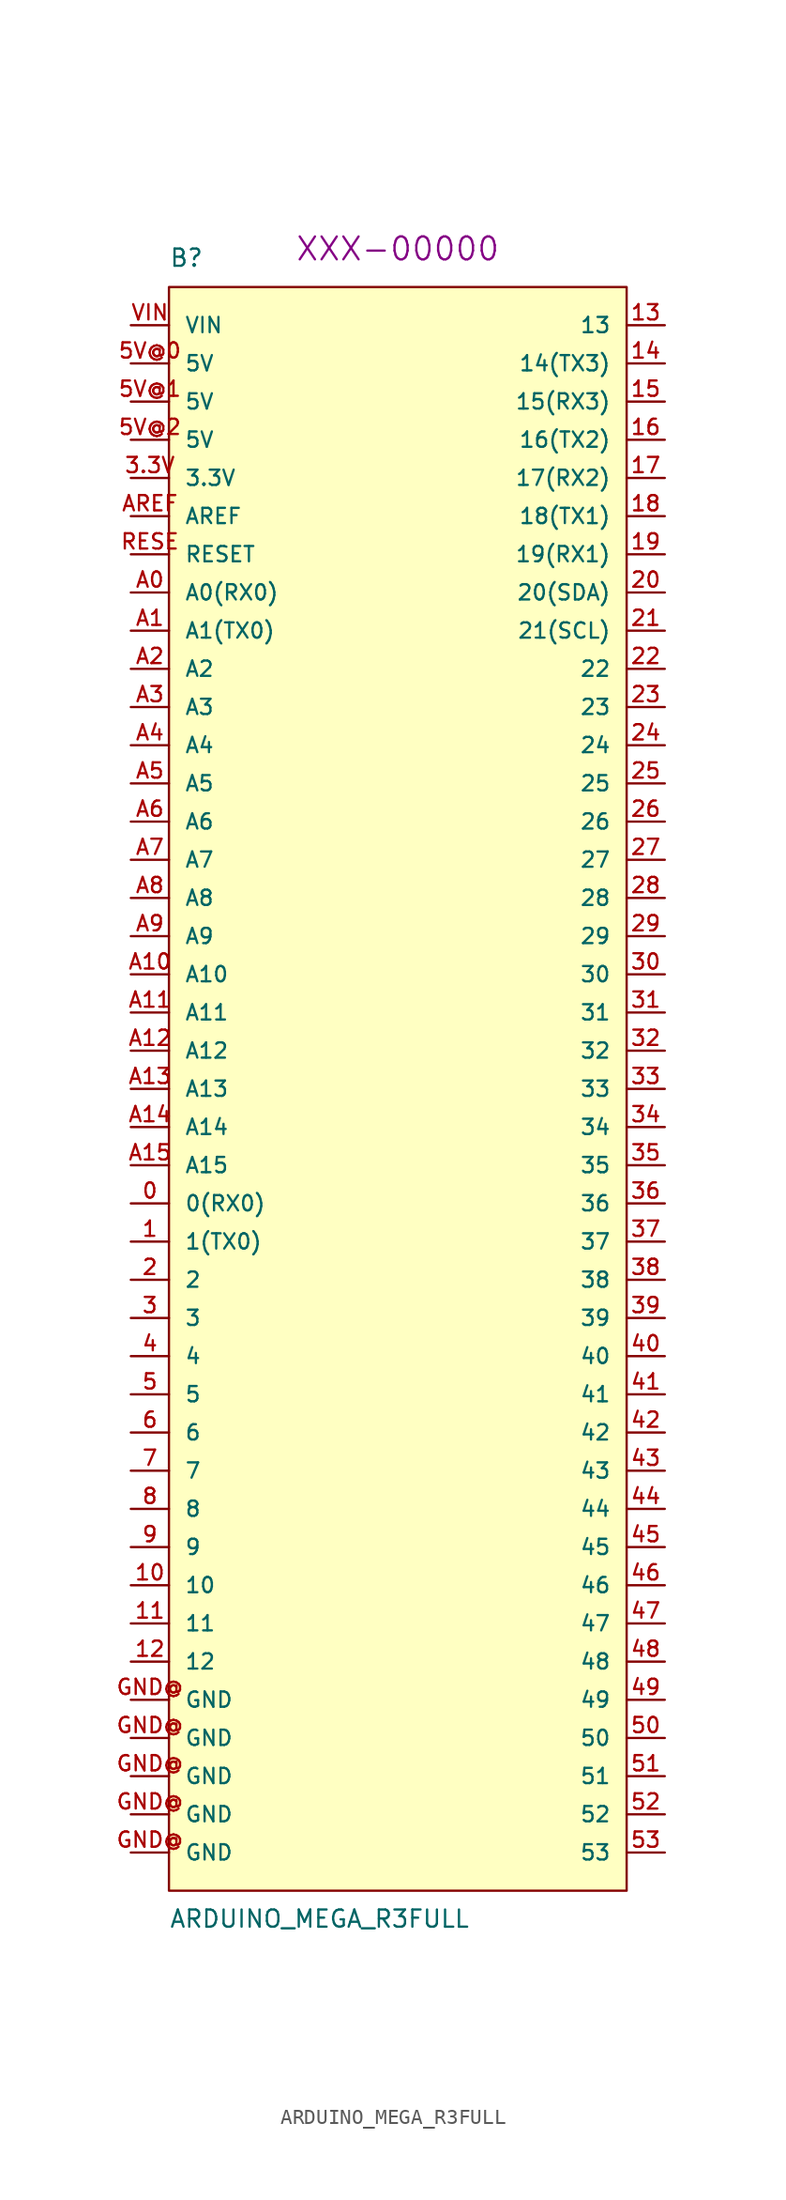
<source format=kicad_sym>
(kicad_symbol_lib
  (version 20220914)
  (generator kicad_symbol_editor)
  (symbol "ARDUINO_MEGA_R3FULL"
    (pin_names
      (offset 1.016))
    (property "Reference" "B"
      (at -15.24 54.61 0)
      (effects (font (size 1.143 1.143)) (justify left bottom)))
    (property "Value" "ARDUINO_MEGA_R3FULL"
      (at -15.24 -55.88 0)
      (effects (font (size 1.143 1.143)) (justify left bottom)))
    (property "Field4" "XXX-00000"
      (at 0 55.88 0)
      (effects (font (size 1.524 1.524))))
    (property "ki_locked" ""
      (at 0 0 0)
      (effects (font (size 1.27 1.27))))
    (symbol "ARDUINO_MEGA_R3FULL_1_1"
      (polyline (pts (xy -15.24 -53.34) (xy 15.24 -53.34) (xy 15.24 53.34) (xy -15.24 53.34) (xy -15.24 -53.34)) (stroke (width 0) (type solid)) (fill (type background)))
      (pin bidirectional line (at -17.78 -7.62 0) (length 2.54) (name "0(RX0)" (effects (font (size 1.016 1.016)))) (number "0" (effects (font (size 1.016 1.016)))))
      (pin bidirectional line (at -17.78 -10.16 0) (length 2.54) (name "1(TX0)" (effects (font (size 1.016 1.016)))) (number "1" (effects (font (size 1.016 1.016)))))
      (pin bidirectional line (at -17.78 -33.02 0) (length 2.54) (name "10" (effects (font (size 1.016 1.016)))) (number "10" (effects (font (size 1.016 1.016)))))
      (pin bidirectional line (at -17.78 -35.56 0) (length 2.54) (name "11" (effects (font (size 1.016 1.016)))) (number "11" (effects (font (size 1.016 1.016)))))
      (pin bidirectional line (at -17.78 -38.1 0) (length 2.54) (name "12" (effects (font (size 1.016 1.016)))) (number "12" (effects (font (size 1.016 1.016)))))
      (pin bidirectional line (at 17.78 50.8 180) (length 2.54) (name "13" (effects (font (size 1.016 1.016)))) (number "13" (effects (font (size 1.016 1.016)))))
      (pin bidirectional line (at 17.78 48.26 180) (length 2.54) (name "14(TX3)" (effects (font (size 1.016 1.016)))) (number "14" (effects (font (size 1.016 1.016)))))
      (pin bidirectional line (at 17.78 45.72 180) (length 2.54) (name "15(RX3)" (effects (font (size 1.016 1.016)))) (number "15" (effects (font (size 1.016 1.016)))))
      (pin bidirectional line (at 17.78 43.18 180) (length 2.54) (name "16(TX2)" (effects (font (size 1.016 1.016)))) (number "16" (effects (font (size 1.016 1.016)))))
      (pin bidirectional line (at 17.78 40.64 180) (length 2.54) (name "17(RX2)" (effects (font (size 1.016 1.016)))) (number "17" (effects (font (size 1.016 1.016)))))
      (pin bidirectional line (at 17.78 38.1 180) (length 2.54) (name "18(TX1)" (effects (font (size 1.016 1.016)))) (number "18" (effects (font (size 1.016 1.016)))))
      (pin bidirectional line (at 17.78 35.56 180) (length 2.54) (name "19(RX1)" (effects (font (size 1.016 1.016)))) (number "19" (effects (font (size 1.016 1.016)))))
      (pin bidirectional line (at -17.78 -12.7 0) (length 2.54) (name "2" (effects (font (size 1.016 1.016)))) (number "2" (effects (font (size 1.016 1.016)))))
      (pin bidirectional line (at 17.78 33.02 180) (length 2.54) (name "20(SDA)" (effects (font (size 1.016 1.016)))) (number "20" (effects (font (size 1.016 1.016)))))
      (pin bidirectional line (at 17.78 30.48 180) (length 2.54) (name "21(SCL)" (effects (font (size 1.016 1.016)))) (number "21" (effects (font (size 1.016 1.016)))))
      (pin bidirectional line (at 17.78 27.94 180) (length 2.54) (name "22" (effects (font (size 1.016 1.016)))) (number "22" (effects (font (size 1.016 1.016)))))
      (pin bidirectional line (at 17.78 25.4 180) (length 2.54) (name "23" (effects (font (size 1.016 1.016)))) (number "23" (effects (font (size 1.016 1.016)))))
      (pin bidirectional line (at 17.78 22.86 180) (length 2.54) (name "24" (effects (font (size 1.016 1.016)))) (number "24" (effects (font (size 1.016 1.016)))))
      (pin bidirectional line (at 17.78 20.32 180) (length 2.54) (name "25" (effects (font (size 1.016 1.016)))) (number "25" (effects (font (size 1.016 1.016)))))
      (pin bidirectional line (at 17.78 17.78 180) (length 2.54) (name "26" (effects (font (size 1.016 1.016)))) (number "26" (effects (font (size 1.016 1.016)))))
      (pin bidirectional line (at 17.78 15.24 180) (length 2.54) (name "27" (effects (font (size 1.016 1.016)))) (number "27" (effects (font (size 1.016 1.016)))))
      (pin bidirectional line (at 17.78 12.7 180) (length 2.54) (name "28" (effects (font (size 1.016 1.016)))) (number "28" (effects (font (size 1.016 1.016)))))
      (pin bidirectional line (at 17.78 10.16 180) (length 2.54) (name "29" (effects (font (size 1.016 1.016)))) (number "29" (effects (font (size 1.016 1.016)))))
      (pin bidirectional line (at -17.78 -15.24 0) (length 2.54) (name "3" (effects (font (size 1.016 1.016)))) (number "3" (effects (font (size 1.016 1.016)))))
      (pin bidirectional line (at -17.78 40.64 0) (length 2.54) (name "3.3V" (effects (font (size 1.016 1.016)))) (number "3.3V" (effects (font (size 1.016 1.016)))))
      (pin bidirectional line (at 17.78 7.62 180) (length 2.54) (name "30" (effects (font (size 1.016 1.016)))) (number "30" (effects (font (size 1.016 1.016)))))
      (pin bidirectional line (at 17.78 5.08 180) (length 2.54) (name "31" (effects (font (size 1.016 1.016)))) (number "31" (effects (font (size 1.016 1.016)))))
      (pin bidirectional line (at 17.78 2.54 180) (length 2.54) (name "32" (effects (font (size 1.016 1.016)))) (number "32" (effects (font (size 1.016 1.016)))))
      (pin bidirectional line (at 17.78 0 180) (length 2.54) (name "33" (effects (font (size 1.016 1.016)))) (number "33" (effects (font (size 1.016 1.016)))))
      (pin bidirectional line (at 17.78 -2.54 180) (length 2.54) (name "34" (effects (font (size 1.016 1.016)))) (number "34" (effects (font (size 1.016 1.016)))))
      (pin bidirectional line (at 17.78 -5.08 180) (length 2.54) (name "35" (effects (font (size 1.016 1.016)))) (number "35" (effects (font (size 1.016 1.016)))))
      (pin bidirectional line (at 17.78 -7.62 180) (length 2.54) (name "36" (effects (font (size 1.016 1.016)))) (number "36" (effects (font (size 1.016 1.016)))))
      (pin bidirectional line (at 17.78 -10.16 180) (length 2.54) (name "37" (effects (font (size 1.016 1.016)))) (number "37" (effects (font (size 1.016 1.016)))))
      (pin bidirectional line (at 17.78 -12.7 180) (length 2.54) (name "38" (effects (font (size 1.016 1.016)))) (number "38" (effects (font (size 1.016 1.016)))))
      (pin bidirectional line (at 17.78 -15.24 180) (length 2.54) (name "39" (effects (font (size 1.016 1.016)))) (number "39" (effects (font (size 1.016 1.016)))))
      (pin bidirectional line (at -17.78 -17.78 0) (length 2.54) (name "4" (effects (font (size 1.016 1.016)))) (number "4" (effects (font (size 1.016 1.016)))))
      (pin bidirectional line (at 17.78 -17.78 180) (length 2.54) (name "40" (effects (font (size 1.016 1.016)))) (number "40" (effects (font (size 1.016 1.016)))))
      (pin bidirectional line (at 17.78 -20.32 180) (length 2.54) (name "41" (effects (font (size 1.016 1.016)))) (number "41" (effects (font (size 1.016 1.016)))))
      (pin bidirectional line (at 17.78 -22.86 180) (length 2.54) (name "42" (effects (font (size 1.016 1.016)))) (number "42" (effects (font (size 1.016 1.016)))))
      (pin bidirectional line (at 17.78 -25.4 180) (length 2.54) (name "43" (effects (font (size 1.016 1.016)))) (number "43" (effects (font (size 1.016 1.016)))))
      (pin bidirectional line (at 17.78 -27.94 180) (length 2.54) (name "44" (effects (font (size 1.016 1.016)))) (number "44" (effects (font (size 1.016 1.016)))))
      (pin bidirectional line (at 17.78 -30.48 180) (length 2.54) (name "45" (effects (font (size 1.016 1.016)))) (number "45" (effects (font (size 1.016 1.016)))))
      (pin bidirectional line (at 17.78 -33.02 180) (length 2.54) (name "46" (effects (font (size 1.016 1.016)))) (number "46" (effects (font (size 1.016 1.016)))))
      (pin bidirectional line (at 17.78 -35.56 180) (length 2.54) (name "47" (effects (font (size 1.016 1.016)))) (number "47" (effects (font (size 1.016 1.016)))))
      (pin bidirectional line (at 17.78 -38.1 180) (length 2.54) (name "48" (effects (font (size 1.016 1.016)))) (number "48" (effects (font (size 1.016 1.016)))))
      (pin bidirectional line (at 17.78 -40.64 180) (length 2.54) (name "49" (effects (font (size 1.016 1.016)))) (number "49" (effects (font (size 1.016 1.016)))))
      (pin bidirectional line (at -17.78 -20.32 0) (length 2.54) (name "5" (effects (font (size 1.016 1.016)))) (number "5" (effects (font (size 1.016 1.016)))))
      (pin bidirectional line (at 17.78 -43.18 180) (length 2.54) (name "50" (effects (font (size 1.016 1.016)))) (number "50" (effects (font (size 1.016 1.016)))))
      (pin bidirectional line (at 17.78 -45.72 180) (length 2.54) (name "51" (effects (font (size 1.016 1.016)))) (number "51" (effects (font (size 1.016 1.016)))))
      (pin bidirectional line (at 17.78 -48.26 180) (length 2.54) (name "52" (effects (font (size 1.016 1.016)))) (number "52" (effects (font (size 1.016 1.016)))))
      (pin bidirectional line (at 17.78 -50.8 180) (length 2.54) (name "53" (effects (font (size 1.016 1.016)))) (number "53" (effects (font (size 1.016 1.016)))))
      (pin bidirectional line (at -17.78 48.26 0) (length 2.54) (name "5V" (effects (font (size 1.016 1.016)))) (number "5V@0" (effects (font (size 1.016 1.016)))))
      (pin bidirectional line (at -17.78 45.72 0) (length 2.54) (name "5V" (effects (font (size 1.016 1.016)))) (number "5V@1" (effects (font (size 1.016 1.016)))))
      (pin bidirectional line (at -17.78 43.18 0) (length 2.54) (name "5V" (effects (font (size 1.016 1.016)))) (number "5V@2" (effects (font (size 1.016 1.016)))))
      (pin bidirectional line (at -17.78 -22.86 0) (length 2.54) (name "6" (effects (font (size 1.016 1.016)))) (number "6" (effects (font (size 1.016 1.016)))))
      (pin bidirectional line (at -17.78 -25.4 0) (length 2.54) (name "7" (effects (font (size 1.016 1.016)))) (number "7" (effects (font (size 1.016 1.016)))))
      (pin bidirectional line (at -17.78 -27.94 0) (length 2.54) (name "8" (effects (font (size 1.016 1.016)))) (number "8" (effects (font (size 1.016 1.016)))))
      (pin bidirectional line (at -17.78 -30.48 0) (length 2.54) (name "9" (effects (font (size 1.016 1.016)))) (number "9" (effects (font (size 1.016 1.016)))))
      (pin bidirectional line (at -17.78 33.02 0) (length 2.54) (name "A0(RX0)" (effects (font (size 1.016 1.016)))) (number "A0" (effects (font (size 1.016 1.016)))))
      (pin bidirectional line (at -17.78 30.48 0) (length 2.54) (name "A1(TX0)" (effects (font (size 1.016 1.016)))) (number "A1" (effects (font (size 1.016 1.016)))))
      (pin bidirectional line (at -17.78 7.62 0) (length 2.54) (name "A10" (effects (font (size 1.016 1.016)))) (number "A10" (effects (font (size 1.016 1.016)))))
      (pin bidirectional line (at -17.78 5.08 0) (length 2.54) (name "A11" (effects (font (size 1.016 1.016)))) (number "A11" (effects (font (size 1.016 1.016)))))
      (pin bidirectional line (at -17.78 2.54 0) (length 2.54) (name "A12" (effects (font (size 1.016 1.016)))) (number "A12" (effects (font (size 1.016 1.016)))))
      (pin bidirectional line (at -17.78 0 0) (length 2.54) (name "A13" (effects (font (size 1.016 1.016)))) (number "A13" (effects (font (size 1.016 1.016)))))
      (pin bidirectional line (at -17.78 -2.54 0) (length 2.54) (name "A14" (effects (font (size 1.016 1.016)))) (number "A14" (effects (font (size 1.016 1.016)))))
      (pin bidirectional line (at -17.78 -5.08 0) (length 2.54) (name "A15" (effects (font (size 1.016 1.016)))) (number "A15" (effects (font (size 1.016 1.016)))))
      (pin bidirectional line (at -17.78 27.94 0) (length 2.54) (name "A2" (effects (font (size 1.016 1.016)))) (number "A2" (effects (font (size 1.016 1.016)))))
      (pin bidirectional line (at -17.78 25.4 0) (length 2.54) (name "A3" (effects (font (size 1.016 1.016)))) (number "A3" (effects (font (size 1.016 1.016)))))
      (pin bidirectional line (at -17.78 22.86 0) (length 2.54) (name "A4" (effects (font (size 1.016 1.016)))) (number "A4" (effects (font (size 1.016 1.016)))))
      (pin bidirectional line (at -17.78 20.32 0) (length 2.54) (name "A5" (effects (font (size 1.016 1.016)))) (number "A5" (effects (font (size 1.016 1.016)))))
      (pin bidirectional line (at -17.78 17.78 0) (length 2.54) (name "A6" (effects (font (size 1.016 1.016)))) (number "A6" (effects (font (size 1.016 1.016)))))
      (pin bidirectional line (at -17.78 15.24 0) (length 2.54) (name "A7" (effects (font (size 1.016 1.016)))) (number "A7" (effects (font (size 1.016 1.016)))))
      (pin bidirectional line (at -17.78 12.7 0) (length 2.54) (name "A8" (effects (font (size 1.016 1.016)))) (number "A8" (effects (font (size 1.016 1.016)))))
      (pin bidirectional line (at -17.78 10.16 0) (length 2.54) (name "A9" (effects (font (size 1.016 1.016)))) (number "A9" (effects (font (size 1.016 1.016)))))
      (pin bidirectional line (at -17.78 38.1 0) (length 2.54) (name "AREF" (effects (font (size 1.016 1.016)))) (number "AREF" (effects (font (size 1.016 1.016)))))
      (pin bidirectional line (at -17.78 -50.8 0) (length 2.54) (name "GND" (effects (font (size 1.016 1.016)))) (number "GND@" (effects (font (size 1.016 1.016)))))
      (pin bidirectional line (at -17.78 -48.26 0) (length 2.54) (name "GND" (effects (font (size 1.016 1.016)))) (number "GND@" (effects (font (size 1.016 1.016)))))
      (pin bidirectional line (at -17.78 -45.72 0) (length 2.54) (name "GND" (effects (font (size 1.016 1.016)))) (number "GND@" (effects (font (size 1.016 1.016)))))
      (pin bidirectional line (at -17.78 -43.18 0) (length 2.54) (name "GND" (effects (font (size 1.016 1.016)))) (number "GND@" (effects (font (size 1.016 1.016)))))
      (pin bidirectional line (at -17.78 -40.64 0) (length 2.54) (name "GND" (effects (font (size 1.016 1.016)))) (number "GND@" (effects (font (size 1.016 1.016)))))
      (pin bidirectional line (at -17.78 35.56 0) (length 2.54) (name "RESET" (effects (font (size 1.016 1.016)))) (number "RESE" (effects (font (size 1.016 1.016)))))
      (pin bidirectional line (at -17.78 50.8 0) (length 2.54) (name "VIN" (effects (font (size 1.016 1.016)))) (number "VIN" (effects (font (size 1.016 1.016))))))))
</source>
